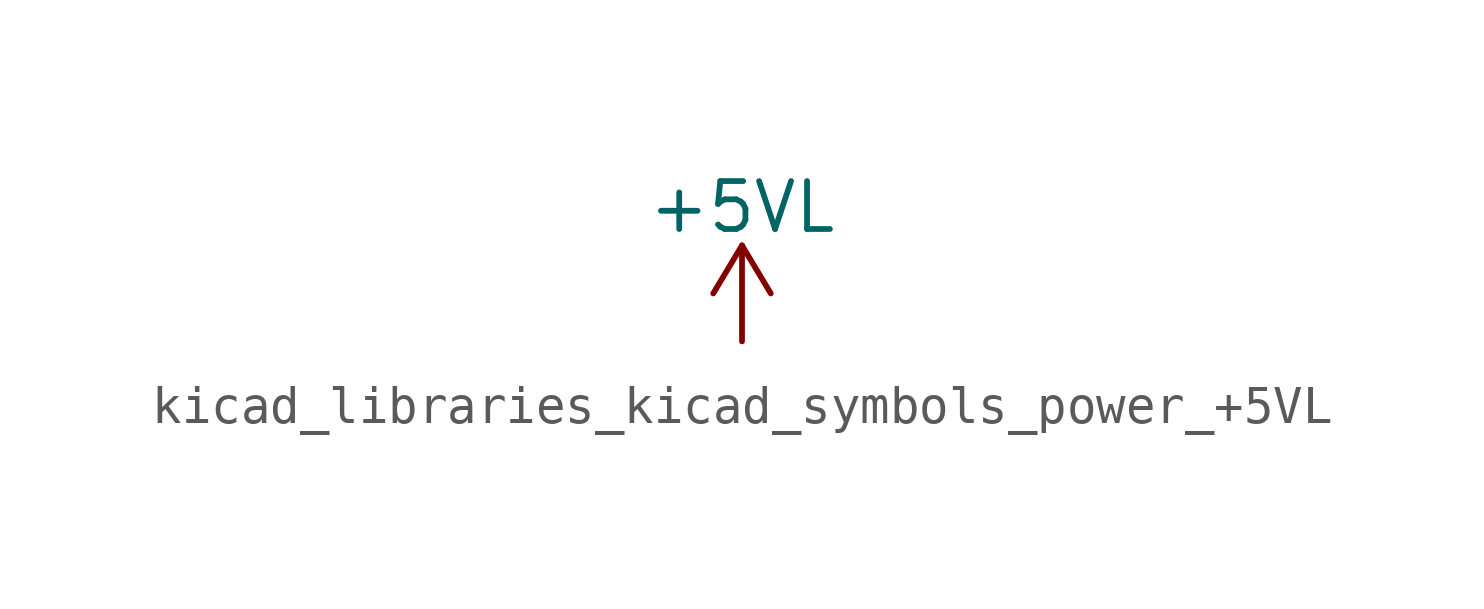
<source format=kicad_sym>
(kicad_symbol_lib
  (version 20220914)
  (generator kicad_symbol_editor)
  (symbol "kicad_libraries_kicad_symbols_power_+5VL"
    (power)
    (pin_names
      (offset 0))
    (property "Reference" "#PWR"
      (at 0 -3.81 0)
      (effects (font (size 1.27 1.27)) hide))
    (property "Value" "+5VL"
      (at 0 3.556 0)
      (effects (font (size 1.27 1.27))))
    (symbol "kicad_libraries_kicad_symbols_power_+5VL_0_1"
      (polyline (pts (xy -0.762 1.27) (xy 0 2.54)) (stroke (width 0) (type default)) (fill (type none)))
      (polyline (pts (xy 0 0) (xy 0 2.54)) (stroke (width 0) (type default)) (fill (type none)))
      (polyline (pts (xy 0 2.54) (xy 0.762 1.27)) (stroke (width 0) (type default)) (fill (type none))))
    (symbol "kicad_libraries_kicad_symbols_power_+5VL_1_1"
      (pin power_in line (at 0 0 90) (length 0) hide (name "+5VL" (effects (font (size 1.27 1.27)))) (number "1" (effects (font (size 1.27 1.27))))))))
</source>
